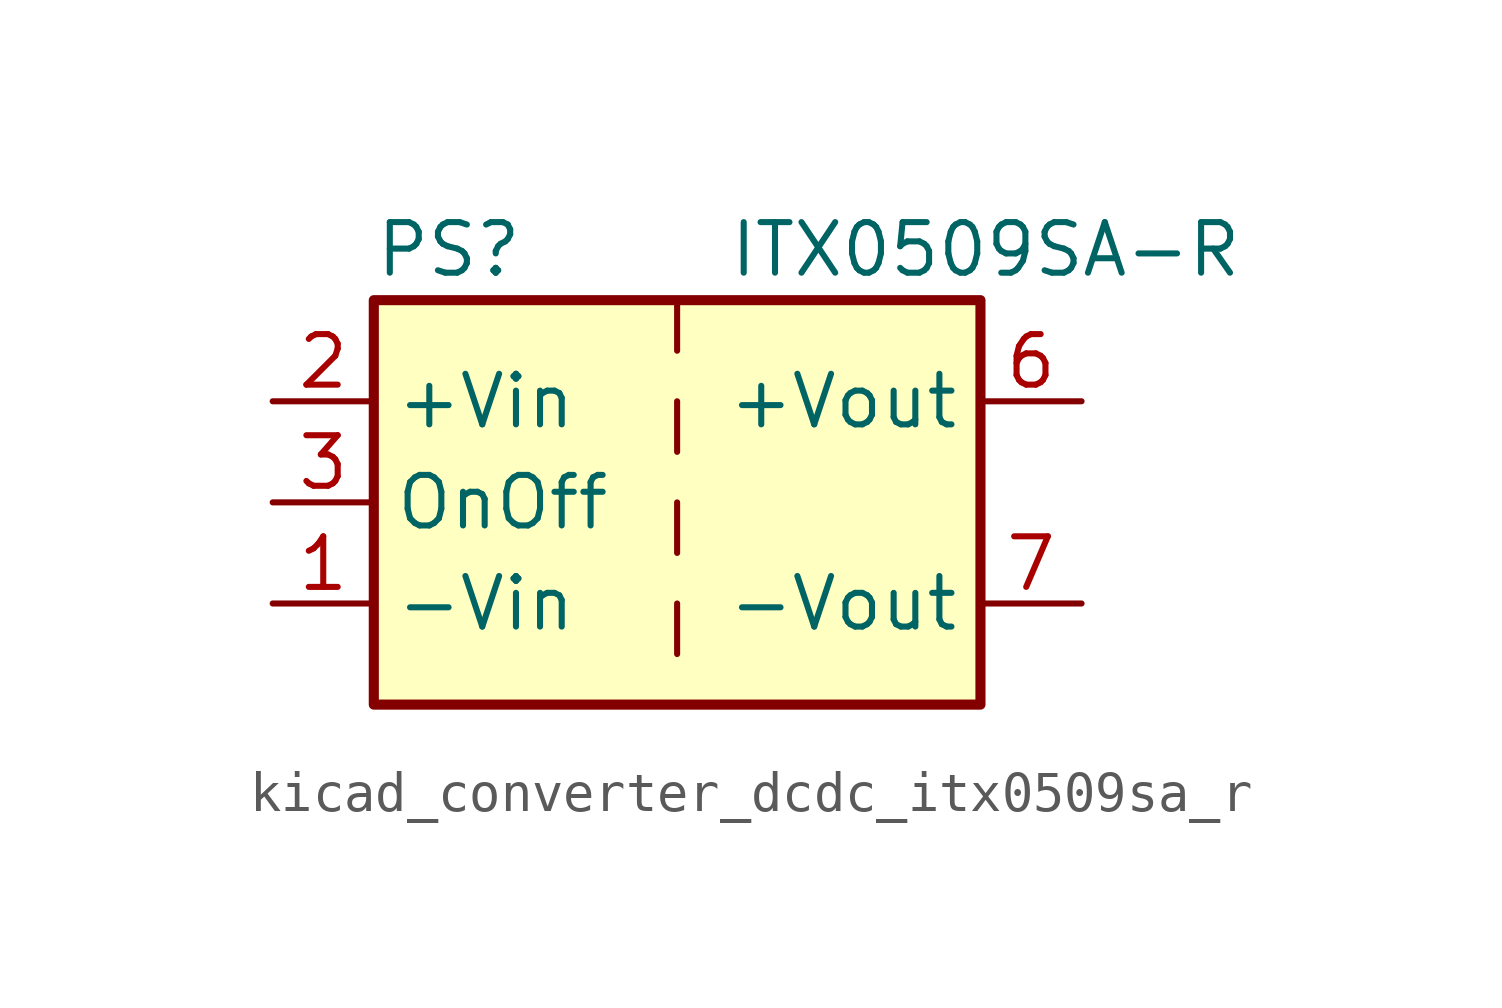
<source format=kicad_sym>
(kicad_symbol_lib
  (version 20220914)
  (generator kicad_symbol_editor)
  (symbol "kicad_converter_dcdc_itx0509sa_r"
    (property "Reference" "PS"
      (at -7.62 6.35 0)
      (effects (font (size 1.27 1.27)) (justify left)))
    (property "Value" "ITX0509SA-R"
      (at 1.27 6.35 0)
      (effects (font (size 1.27 1.27)) (justify left)))
    (symbol "kicad_converter_dcdc_itx0509sa_r_0_0"
      (pin power_in line (at -10.16 -2.54 0) (length 2.54) (name "-Vin" (effects (font (size 1.27 1.27)))) (number "1" (effects (font (size 1.27 1.27)))))
      (pin power_in line (at -10.16 2.54 0) (length 2.54) (name "+Vin" (effects (font (size 1.27 1.27)))) (number "2" (effects (font (size 1.27 1.27)))))
      (pin input line (at -10.16 0 0) (length 2.54) (name "OnOff" (effects (font (size 1.27 1.27)))) (number "3" (effects (font (size 1.27 1.27)))))
      (pin no_connect line (at 0 5.08 270) (length 2.54) hide (name "NC" (effects (font (size 1.27 1.27)))) (number "5" (effects (font (size 1.27 1.27)))))
      (pin power_out line (at 10.16 2.54 180) (length 2.54) (name "+Vout" (effects (font (size 1.27 1.27)))) (number "6" (effects (font (size 1.27 1.27)))))
      (pin power_out line (at 10.16 -2.54 180) (length 2.54) (name "-Vout" (effects (font (size 1.27 1.27)))) (number "7" (effects (font (size 1.27 1.27)))))
      (pin no_connect line (at 7.62 0 180) (length 2.54) hide (name "NC" (effects (font (size 1.27 1.27)))) (number "8" (effects (font (size 1.27 1.27))))))
    (symbol "kicad_converter_dcdc_itx0509sa_r_0_1"
      (rectangle (start -7.62 5.08) (end 7.62 -5.08) (stroke (width 0.254) (type default)) (fill (type background)))
      (polyline (pts (xy 0 -2.54) (xy 0 -3.81)) (stroke (width 0) (type default)) (fill (type none)))
      (polyline (pts (xy 0 0) (xy 0 -1.27)) (stroke (width 0) (type default)) (fill (type none)))
      (polyline (pts (xy 0 2.54) (xy 0 1.27)) (stroke (width 0) (type default)) (fill (type none)))
      (polyline (pts (xy 0 5.08) (xy 0 3.81)) (stroke (width 0) (type default)) (fill (type none))))))
</source>
